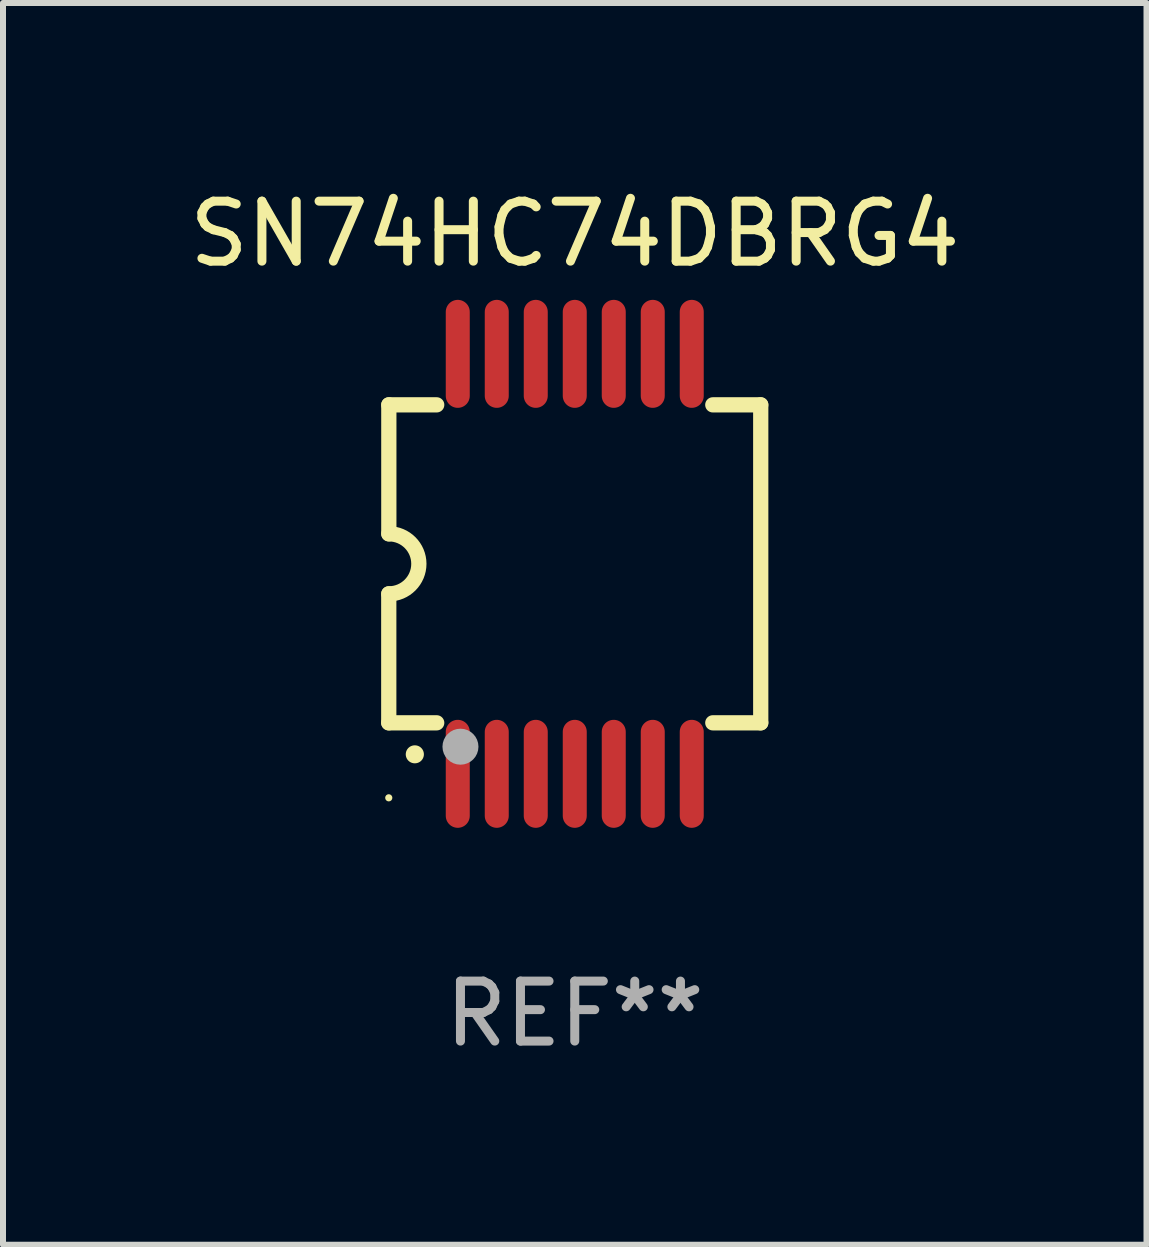
<source format=kicad_pcb>
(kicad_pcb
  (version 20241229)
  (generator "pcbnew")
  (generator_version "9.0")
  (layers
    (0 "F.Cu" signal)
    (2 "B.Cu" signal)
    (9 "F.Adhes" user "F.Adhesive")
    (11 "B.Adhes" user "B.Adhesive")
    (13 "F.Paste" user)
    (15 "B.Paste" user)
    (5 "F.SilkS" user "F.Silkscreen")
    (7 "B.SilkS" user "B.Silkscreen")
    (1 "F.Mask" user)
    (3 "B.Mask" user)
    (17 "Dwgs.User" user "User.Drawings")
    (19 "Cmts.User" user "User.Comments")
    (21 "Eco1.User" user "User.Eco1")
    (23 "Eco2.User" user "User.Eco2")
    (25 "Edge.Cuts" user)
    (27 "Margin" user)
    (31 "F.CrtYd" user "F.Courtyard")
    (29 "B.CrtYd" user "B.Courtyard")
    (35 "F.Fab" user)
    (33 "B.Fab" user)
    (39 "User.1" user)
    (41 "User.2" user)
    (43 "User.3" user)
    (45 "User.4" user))
  (footprint "SN74HC74DBRG4"
    (layer "F.Cu")
    (at 6.53 6.348)
    (property "Reference" "SN74HC74DBRG4" (at 0 -5.5 0) (layer "F.SilkS") (effects (font (size 1 1) (thickness 0.15))))
    (attr through_hole)
    (fp_line (start -3.1 2.65) (end -3.1 0.5) (stroke (width 0.254) (type solid)) (layer "F.SilkS"))
    (fp_line (start -3.099 -2.65) (end -2.301 -2.65) (stroke (width 0.254) (type solid)) (layer "F.SilkS"))
    (fp_line (start -3.099 -0.5) (end -3.099 -2.65) (stroke (width 0.254) (type solid)) (layer "F.SilkS"))
    (fp_line (start -2.301 2.65) (end -3.1 2.65) (stroke (width 0.254) (type solid)) (layer "F.SilkS"))
    (fp_line (start 2.301 -2.65) (end 3.1 -2.65) (stroke (width 0.254) (type solid)) (layer "F.SilkS"))
    (fp_line (start 3.1 -2.65) (end 3.1 2.65) (stroke (width 0.254) (type solid)) (layer "F.SilkS"))
    (fp_line (start 3.1 2.65) (end 2.301 2.65) (stroke (width 0.254) (type solid)) (layer "F.SilkS"))
    (fp_arc (start -3.098806 -0.500381) (mid -2.598806 0) (end -3.098806 0.500381) (stroke (width 0.254001) (type solid)) (layer "F.SilkS"))
    (fp_arc (start -2.667005 3.175006) (mid -2.665735 3.175001) (end -2.664465 3.175006) (stroke (width 0.3) (type solid)) (layer "F.SilkS"))
    (fp_circle (center -3.1 3.9) (end -3.07 3.9) (stroke (width 0.06) (type solid)) (fill no) (layer "F.SilkS"))
    (fp_circle (center -1.905 3.048) (end -1.755 3.048) (stroke (width 0.3) (type solid)) (fill no) (layer "F.Fab"))
    (fp_text user "REF**" (at 0 7.5 0) (layer "F.Fab") (effects (font (size 1 1) (thickness 0.15))))
    (pad "1" smd oval (at -1.95 3.5 270) (size 1.8 0.4) (layers "F.Cu" "F.Mask" "F.Paste"))
    (pad "2" smd oval (at -1.3 3.5 270) (size 1.8 0.4) (layers "F.Cu" "F.Mask" "F.Paste"))
    (pad "3" smd oval (at -0.65 3.5 270) (size 1.8 0.4) (layers "F.Cu" "F.Mask" "F.Paste"))
    (pad "4" smd oval (at 0 3.5 270) (size 1.8 0.4) (layers "F.Cu" "F.Mask" "F.Paste"))
    (pad "5" smd oval (at 0.65 3.5 270) (size 1.8 0.4) (layers "F.Cu" "F.Mask" "F.Paste"))
    (pad "6" smd oval (at 1.3 3.5 270) (size 1.8 0.4) (layers "F.Cu" "F.Mask" "F.Paste"))
    (pad "7" smd oval (at 1.95 3.5 270) (size 1.8 0.4) (layers "F.Cu" "F.Mask" "F.Paste"))
    (pad "8" smd oval (at 1.95 -3.5 90) (size 1.8 0.4) (layers "F.Cu" "F.Mask" "F.Paste"))
    (pad "9" smd oval (at 1.3 -3.5 90) (size 1.8 0.4) (layers "F.Cu" "F.Mask" "F.Paste"))
    (pad "10" smd oval (at 0.65 -3.5 90) (size 1.8 0.4) (layers "F.Cu" "F.Mask" "F.Paste"))
    (pad "11" smd oval (at 0 -3.5 90) (size 1.8 0.4) (layers "F.Cu" "F.Mask" "F.Paste"))
    (pad "12" smd oval (at -0.65 -3.5 90) (size 1.8 0.4) (layers "F.Cu" "F.Mask" "F.Paste"))
    (pad "13" smd oval (at -1.3 -3.5 90) (size 1.8 0.4) (layers "F.Cu" "F.Mask" "F.Paste"))
    (pad "14" smd oval (at -1.95 -3.5 90) (size 1.8 0.4) (layers "F.Cu" "F.Mask" "F.Paste")))
  (gr_rect
    (start -3 -3)
    (end 16.06 17.697)
    (stroke (width 0.1) (type default))
    (fill no)
    (layer "Edge.Cuts")))
</source>
